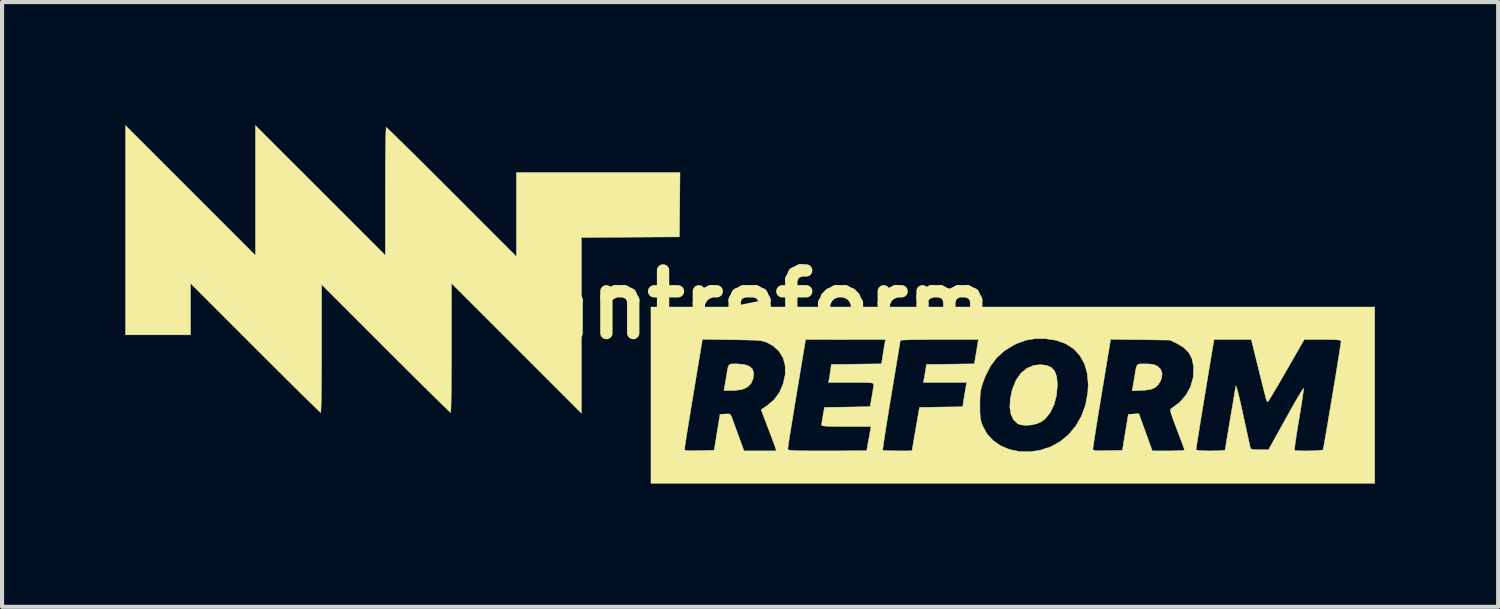
<source format=kicad_pcb>
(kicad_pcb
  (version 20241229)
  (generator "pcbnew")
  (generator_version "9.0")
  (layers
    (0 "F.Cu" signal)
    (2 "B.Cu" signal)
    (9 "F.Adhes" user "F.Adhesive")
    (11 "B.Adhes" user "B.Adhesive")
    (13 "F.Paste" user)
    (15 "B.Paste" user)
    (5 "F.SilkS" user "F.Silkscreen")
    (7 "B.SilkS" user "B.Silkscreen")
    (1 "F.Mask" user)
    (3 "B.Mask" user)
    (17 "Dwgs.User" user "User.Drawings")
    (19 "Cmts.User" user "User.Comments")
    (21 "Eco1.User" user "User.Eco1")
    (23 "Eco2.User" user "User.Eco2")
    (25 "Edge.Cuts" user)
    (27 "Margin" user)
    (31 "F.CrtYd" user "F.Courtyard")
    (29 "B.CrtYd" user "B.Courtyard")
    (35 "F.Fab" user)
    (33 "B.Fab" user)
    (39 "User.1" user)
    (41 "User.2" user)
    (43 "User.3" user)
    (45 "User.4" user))
  (footprint "mntreform"
    (layer "F.Cu")
    (at 15.189 4.365)
    (property "Reference" "mntreform" (at 0 0 0) (layer "F.SilkS") (effects (font (size 1.524 1.524) (thickness 0.3))))
    (attr through_hole)
    (fp_poly (pts (xy -0.303 1.439) (xy -0.13 1.454) (xy -0.005 1.496) (xy 0.072 1.568) (xy 0.102 1.67) (xy 0.086 1.802) (xy 0.033 1.921) (xy -0.055 2.006) (xy -0.182 2.061) (xy -0.354 2.086) (xy -0.447 2.088) (xy -0.625 2.088) (xy -0.61 2.011) (xy -0.597 1.942) (xy -0.58 1.841) (xy -0.565 1.75) (xy -0.543 1.615) (xy -0.526 1.526) (xy -0.504 1.473) (xy -0.47 1.447) (xy -0.417 1.439) (xy -0.336 1.439) (xy -0.303 1.439)) (stroke (width 0.01) (type solid)) (fill yes) (layer "F.SilkS"))
    (fp_poly (pts (xy 9.631 1.439) (xy 9.764 1.445) (xy 9.859 1.464) (xy 9.926 1.495) (xy 10.007 1.573) (xy 10.04 1.676) (xy 10.024 1.796) (xy 10.001 1.853) (xy 9.94 1.951) (xy 9.867 2.017) (xy 9.768 2.058) (xy 9.632 2.079) (xy 9.548 2.084) (xy 9.308 2.094) (xy 9.324 2.014) (xy 9.337 1.943) (xy 9.354 1.841) (xy 9.369 1.75) (xy 9.391 1.615) (xy 9.409 1.526) (xy 9.43 1.473) (xy 9.464 1.447) (xy 9.517 1.439) (xy 9.598 1.439) (xy 9.631 1.439)) (stroke (width 0.01) (type solid)) (fill yes) (layer "F.SilkS"))
    (fp_poly (pts (xy 7.221 1.474) (xy 7.341 1.525) (xy 7.424 1.615) (xy 7.473 1.748) (xy 7.49 1.926) (xy 7.49 1.961) (xy 7.468 2.209) (xy 7.41 2.432) (xy 7.317 2.623) (xy 7.194 2.774) (xy 7.109 2.842) (xy 6.998 2.893) (xy 6.864 2.925) (xy 6.724 2.935) (xy 6.599 2.922) (xy 6.516 2.889) (xy 6.421 2.796) (xy 6.36 2.662) (xy 6.334 2.495) (xy 6.343 2.3) (xy 6.389 2.082) (xy 6.401 2.041) (xy 6.487 1.832) (xy 6.603 1.667) (xy 6.745 1.548) (xy 6.911 1.478) (xy 7.063 1.458) (xy 7.221 1.474)) (stroke (width 0.01) (type solid)) (fill yes) (layer "F.SilkS"))
    (fp_poly (pts (xy -10.442 -2.78) (xy -8.862 -1.2) (xy -8.862 -2.759) (xy -8.861 -3.05) (xy -8.86 -3.323) (xy -8.859 -3.573) (xy -8.856 -3.796) (xy -8.854 -3.986) (xy -8.851 -4.137) (xy -8.847 -4.246) (xy -8.843 -4.307) (xy -8.841 -4.318) (xy -8.818 -4.299) (xy -8.758 -4.242) (xy -8.665 -4.152) (xy -8.541 -4.03) (xy -8.389 -3.881) (xy -8.213 -3.707) (xy -8.015 -3.511) (xy -7.799 -3.296) (xy -7.568 -3.066) (xy -7.324 -2.822) (xy -7.246 -2.745) (xy -5.673 -1.171) (xy -5.673 -3.217) (xy -1.692 -3.217) (xy -1.707 -1.651) (xy -2.9 -1.644) (xy -4.092 -1.636) (xy -4.092 2.639) (xy -5.673 1.058) (xy -7.253 -0.522) (xy -7.253 1.051) (xy -7.253 1.343) (xy -7.255 1.618) (xy -7.256 1.87) (xy -7.258 2.094) (xy -7.261 2.285) (xy -7.264 2.439) (xy -7.268 2.549) (xy -7.272 2.612) (xy -7.274 2.625) (xy -7.297 2.605) (xy -7.357 2.549) (xy -7.45 2.458) (xy -7.574 2.337) (xy -7.725 2.188) (xy -7.901 2.014) (xy -8.099 1.819) (xy -8.315 1.604) (xy -8.546 1.374) (xy -8.789 1.131) (xy -8.855 1.065) (xy -10.414 -0.494) (xy -10.414 1.065) (xy -10.414 1.356) (xy -10.415 1.629) (xy -10.417 1.88) (xy -10.419 2.102) (xy -10.422 2.292) (xy -10.425 2.444) (xy -10.429 2.553) (xy -10.433 2.613) (xy -10.435 2.625) (xy -10.458 2.605) (xy -10.518 2.549) (xy -10.611 2.458) (xy -10.735 2.337) (xy -10.887 2.188) (xy -11.063 2.014) (xy -11.261 1.818) (xy -11.477 1.603) (xy -11.708 1.372) (xy -11.952 1.129) (xy -12.03 1.051) (xy -13.603 -0.522) (xy -13.603 0.734) (xy -15.184 0.734) (xy -15.184 -4.36) (xy -12.023 -1.2) (xy -12.023 -4.36) (xy -10.442 -2.78)) (stroke (width 0.01) (type solid)) (fill yes) (layer "F.SilkS"))
    (fp_poly (pts (xy 15.212 4.346) (xy -2.399 4.346) (xy -2.399 3.507) (xy -1.581 3.507) (xy -1.576 3.528) (xy -1.557 3.542) (xy -1.514 3.55) (xy -1.438 3.553) (xy -1.32 3.552) (xy -1.221 3.55) (xy -0.862 3.542) (xy -0.79 3.104) (xy -0.719 2.667) (xy -0.591 2.659) (xy -0.512 2.656) (xy -0.469 2.671) (xy -0.442 2.714) (xy -0.426 2.757) (xy -0.401 2.825) (xy -0.363 2.932) (xy -0.315 3.063) (xy -0.264 3.203) (xy -0.261 3.21) (xy -0.135 3.556) (xy 0.653 3.556) (xy 0.638 3.507) (xy 0.931 3.507) (xy 0.934 3.52) (xy 0.947 3.531) (xy 0.976 3.539) (xy 1.026 3.545) (xy 1.102 3.55) (xy 1.21 3.553) (xy 1.356 3.555) (xy 1.545 3.556) (xy 1.783 3.556) (xy 1.891 3.556) (xy 2.117 3.556) (xy 2.325 3.555) (xy 2.507 3.554) (xy 2.656 3.553) (xy 2.768 3.552) (xy 2.834 3.55) (xy 2.851 3.549) (xy 2.852 3.542) (xy 3.241 3.542) (xy 3.271 3.546) (xy 3.344 3.55) (xy 3.447 3.553) (xy 3.565 3.555) (xy 3.687 3.556) (xy 3.8 3.556) (xy 3.889 3.555) (xy 3.943 3.551) (xy 3.953 3.549) (xy 3.958 3.52) (xy 3.971 3.445) (xy 3.991 3.331) (xy 4.015 3.188) (xy 4.044 3.024) (xy 4.044 3.02) (xy 4.135 2.498) (xy 4.66 2.49) (xy 5.185 2.482) (xy 5.192 2.441) (xy 5.605 2.441) (xy 5.606 2.597) (xy 5.612 2.712) (xy 5.624 2.801) (xy 5.645 2.88) (xy 5.667 2.939) (xy 5.776 3.138) (xy 5.925 3.303) (xy 6.111 3.432) (xy 6.326 3.522) (xy 6.565 3.571) (xy 6.824 3.576) (xy 7.059 3.544) (xy 7.173 3.507) (xy 8.354 3.507) (xy 8.358 3.528) (xy 8.377 3.542) (xy 8.42 3.55) (xy 8.496 3.553) (xy 8.614 3.552) (xy 8.713 3.55) (xy 9.072 3.542) (xy 9.144 3.104) (xy 9.216 2.667) (xy 9.344 2.659) (xy 9.473 2.65) (xy 9.637 3.103) (xy 9.8 3.556) (xy 10.192 3.556) (xy 10.333 3.555) (xy 10.452 3.551) (xy 10.537 3.545) (xy 10.58 3.537) (xy 10.583 3.535) (xy 10.579 3.521) (xy 10.865 3.521) (xy 10.881 3.536) (xy 10.932 3.547) (xy 11.025 3.553) (xy 11.166 3.556) (xy 11.218 3.556) (xy 11.352 3.554) (xy 11.462 3.55) (xy 11.539 3.544) (xy 11.571 3.536) (xy 11.571 3.535) (xy 11.576 3.502) (xy 11.589 3.422) (xy 11.609 3.301) (xy 11.635 3.146) (xy 11.665 2.966) (xy 11.698 2.771) (xy 11.732 2.572) (xy 11.763 2.391) (xy 11.789 2.235) (xy 11.809 2.112) (xy 11.822 2.029) (xy 11.827 1.995) (xy 11.834 1.976) (xy 11.848 2.006) (xy 11.872 2.085) (xy 11.905 2.214) (xy 11.948 2.396) (xy 12 2.632) (xy 12.023 2.738) (xy 12.064 2.927) (xy 12.102 3.1) (xy 12.135 3.25) (xy 12.16 3.366) (xy 12.177 3.442) (xy 12.182 3.464) (xy 12.195 3.497) (xy 12.22 3.515) (xy 12.271 3.525) (xy 12.361 3.527) (xy 12.414 3.527) (xy 12.629 3.527) (xy 13.053 2.762) (xy 13.157 2.575) (xy 13.252 2.407) (xy 13.336 2.264) (xy 13.403 2.15) (xy 13.452 2.073) (xy 13.479 2.037) (xy 13.483 2.036) (xy 13.48 2.073) (xy 13.469 2.158) (xy 13.451 2.283) (xy 13.427 2.441) (xy 13.397 2.622) (xy 13.368 2.801) (xy 13.335 2.996) (xy 13.307 3.173) (xy 13.285 3.323) (xy 13.269 3.44) (xy 13.26 3.515) (xy 13.26 3.542) (xy 13.294 3.549) (xy 13.371 3.554) (xy 13.476 3.556) (xy 13.596 3.556) (xy 13.717 3.553) (xy 13.826 3.548) (xy 13.908 3.541) (xy 13.951 3.533) (xy 13.954 3.531) (xy 13.961 3.499) (xy 13.976 3.419) (xy 13.998 3.296) (xy 14.026 3.138) (xy 14.058 2.95) (xy 14.093 2.741) (xy 14.131 2.516) (xy 14.17 2.282) (xy 14.209 2.046) (xy 14.248 1.815) (xy 14.284 1.594) (xy 14.316 1.392) (xy 14.345 1.215) (xy 14.367 1.069) (xy 14.384 0.961) (xy 14.392 0.899) (xy 14.393 0.886) (xy 14.384 0.871) (xy 14.351 0.86) (xy 14.286 0.853) (xy 14.184 0.849) (xy 14.036 0.847) (xy 13.946 0.847) (xy 13.498 0.847) (xy 13.069 1.594) (xy 12.961 1.781) (xy 12.861 1.952) (xy 12.774 2.1) (xy 12.702 2.22) (xy 12.649 2.306) (xy 12.619 2.352) (xy 12.615 2.357) (xy 12.606 2.361) (xy 12.598 2.358) (xy 12.589 2.343) (xy 12.576 2.31) (xy 12.559 2.254) (xy 12.537 2.168) (xy 12.506 2.048) (xy 12.466 1.889) (xy 12.415 1.683) (xy 12.374 1.517) (xy 12.209 0.847) (xy 11.302 0.847) (xy 11.083 2.166) (xy 11.039 2.433) (xy 10.998 2.683) (xy 10.961 2.91) (xy 10.929 3.111) (xy 10.902 3.277) (xy 10.882 3.405) (xy 10.869 3.488) (xy 10.865 3.521) (xy 10.579 3.521) (xy 10.574 3.503) (xy 10.547 3.427) (xy 10.506 3.316) (xy 10.454 3.179) (xy 10.399 3.034) (xy 10.334 2.863) (xy 10.288 2.737) (xy 10.258 2.648) (xy 10.244 2.59) (xy 10.243 2.554) (xy 10.252 2.534) (xy 10.263 2.526) (xy 10.46 2.38) (xy 10.617 2.202) (xy 10.729 2) (xy 10.792 1.78) (xy 10.799 1.73) (xy 10.804 1.507) (xy 10.768 1.321) (xy 10.69 1.168) (xy 10.566 1.043) (xy 10.42 0.953) (xy 10.232 0.861) (xy 9.509 0.851) (xy 8.786 0.842) (xy 8.57 2.15) (xy 8.526 2.416) (xy 8.485 2.665) (xy 8.448 2.894) (xy 8.416 3.094) (xy 8.39 3.262) (xy 8.37 3.391) (xy 8.358 3.474) (xy 8.354 3.507) (xy 7.173 3.507) (xy 7.322 3.46) (xy 7.558 3.33) (xy 7.766 3.158) (xy 7.94 2.948) (xy 8.078 2.705) (xy 8.176 2.436) (xy 8.23 2.143) (xy 8.241 1.942) (xy 8.217 1.672) (xy 8.149 1.436) (xy 8.037 1.236) (xy 7.885 1.072) (xy 7.693 0.948) (xy 7.463 0.866) (xy 7.198 0.826) (xy 7.197 0.826) (xy 6.952 0.826) (xy 6.732 0.862) (xy 6.518 0.938) (xy 6.438 0.976) (xy 6.206 1.117) (xy 6.014 1.29) (xy 5.857 1.501) (xy 5.73 1.756) (xy 5.69 1.861) (xy 5.653 1.974) (xy 5.628 2.07) (xy 5.614 2.165) (xy 5.607 2.28) (xy 5.605 2.432) (xy 5.605 2.441) (xy 5.192 2.441) (xy 5.22 2.264) (xy 5.239 2.148) (xy 5.256 2.045) (xy 5.269 1.974) (xy 5.27 1.968) (xy 5.285 1.891) (xy 4.231 1.891) (xy 4.247 1.799) (xy 4.263 1.711) (xy 4.28 1.607) (xy 4.285 1.58) (xy 4.305 1.453) (xy 4.887 1.446) (xy 5.47 1.438) (xy 5.5 1.262) (xy 5.519 1.145) (xy 5.538 1.029) (xy 5.548 0.967) (xy 5.567 0.847) (xy 4.618 0.847) (xy 4.393 0.847) (xy 4.187 0.849) (xy 4.006 0.852) (xy 3.858 0.855) (xy 3.748 0.859) (xy 3.683 0.864) (xy 3.668 0.868) (xy 3.664 0.899) (xy 3.651 0.981) (xy 3.63 1.107) (xy 3.603 1.272) (xy 3.57 1.47) (xy 3.532 1.697) (xy 3.491 1.946) (xy 3.447 2.208) (xy 3.403 2.474) (xy 3.363 2.722) (xy 3.326 2.948) (xy 3.295 3.145) (xy 3.271 3.309) (xy 3.253 3.433) (xy 3.242 3.512) (xy 3.241 3.542) (xy 2.852 3.542) (xy 2.856 3.52) (xy 2.869 3.448) (xy 2.887 3.343) (xy 2.904 3.253) (xy 2.956 2.963) (xy 2.353 2.963) (xy 2.144 2.963) (xy 1.985 2.96) (xy 1.873 2.956) (xy 1.8 2.949) (xy 1.761 2.939) (xy 1.752 2.928) (xy 1.757 2.884) (xy 1.77 2.802) (xy 1.787 2.699) (xy 1.787 2.695) (xy 1.822 2.498) (xy 2.378 2.49) (xy 2.549 2.487) (xy 2.698 2.484) (xy 2.818 2.481) (xy 2.899 2.479) (xy 2.934 2.476) (xy 2.935 2.476) (xy 2.94 2.447) (xy 2.952 2.376) (xy 2.969 2.275) (xy 2.977 2.23) (xy 2.997 2.114) (xy 3.012 2.016) (xy 3.019 1.952) (xy 3.02 1.94) (xy 3.016 1.923) (xy 2.999 1.911) (xy 2.962 1.902) (xy 2.898 1.896) (xy 2.799 1.893) (xy 2.658 1.891) (xy 2.47 1.891) (xy 1.921 1.891) (xy 1.936 1.813) (xy 1.949 1.738) (xy 1.964 1.639) (xy 1.971 1.595) (xy 1.99 1.453) (xy 2.6 1.446) (xy 3.21 1.438) (xy 3.244 1.22) (xy 3.263 1.104) (xy 3.281 1) (xy 3.293 0.93) (xy 3.294 0.924) (xy 3.309 0.847) (xy 1.364 0.847) (xy 1.147 2.152) (xy 1.103 2.418) (xy 1.062 2.667) (xy 1.025 2.895) (xy 0.993 3.095) (xy 0.966 3.263) (xy 0.947 3.391) (xy 0.935 3.474) (xy 0.931 3.507) (xy 0.638 3.507) (xy 0.633 3.493) (xy 0.617 3.445) (xy 0.584 3.356) (xy 0.539 3.235) (xy 0.485 3.092) (xy 0.448 2.994) (xy 0.393 2.849) (xy 0.345 2.724) (xy 0.309 2.628) (xy 0.287 2.569) (xy 0.282 2.555) (xy 0.304 2.538) (xy 0.36 2.5) (xy 0.426 2.457) (xy 0.595 2.314) (xy 0.729 2.13) (xy 0.818 1.923) (xy 0.868 1.694) (xy 0.867 1.485) (xy 0.818 1.297) (xy 0.721 1.136) (xy 0.579 1.005) (xy 0.44 0.927) (xy 0.393 0.907) (xy 0.346 0.891) (xy 0.29 0.879) (xy 0.219 0.871) (xy 0.124 0.864) (xy -0.002 0.86) (xy -0.168 0.856) (xy -0.381 0.853) (xy -0.425 0.852) (xy -1.147 0.842) (xy -1.364 2.15) (xy -1.408 2.416) (xy -1.449 2.665) (xy -1.486 2.894) (xy -1.519 3.094) (xy -1.545 3.262) (xy -1.565 3.39) (xy -1.577 3.474) (xy -1.581 3.507) (xy -2.399 3.507) (xy -2.399 0.056) (xy 15.212 0.056) (xy 15.212 4.346)) (stroke (width 0.01) (type solid)) (fill yes) (layer "F.SilkS")))
  (gr_rect
    (start -3 -3)
    (end 33.405 11.716)
    (stroke (width 0.1) (type default))
    (fill no)
    (layer "Edge.Cuts")))
</source>
